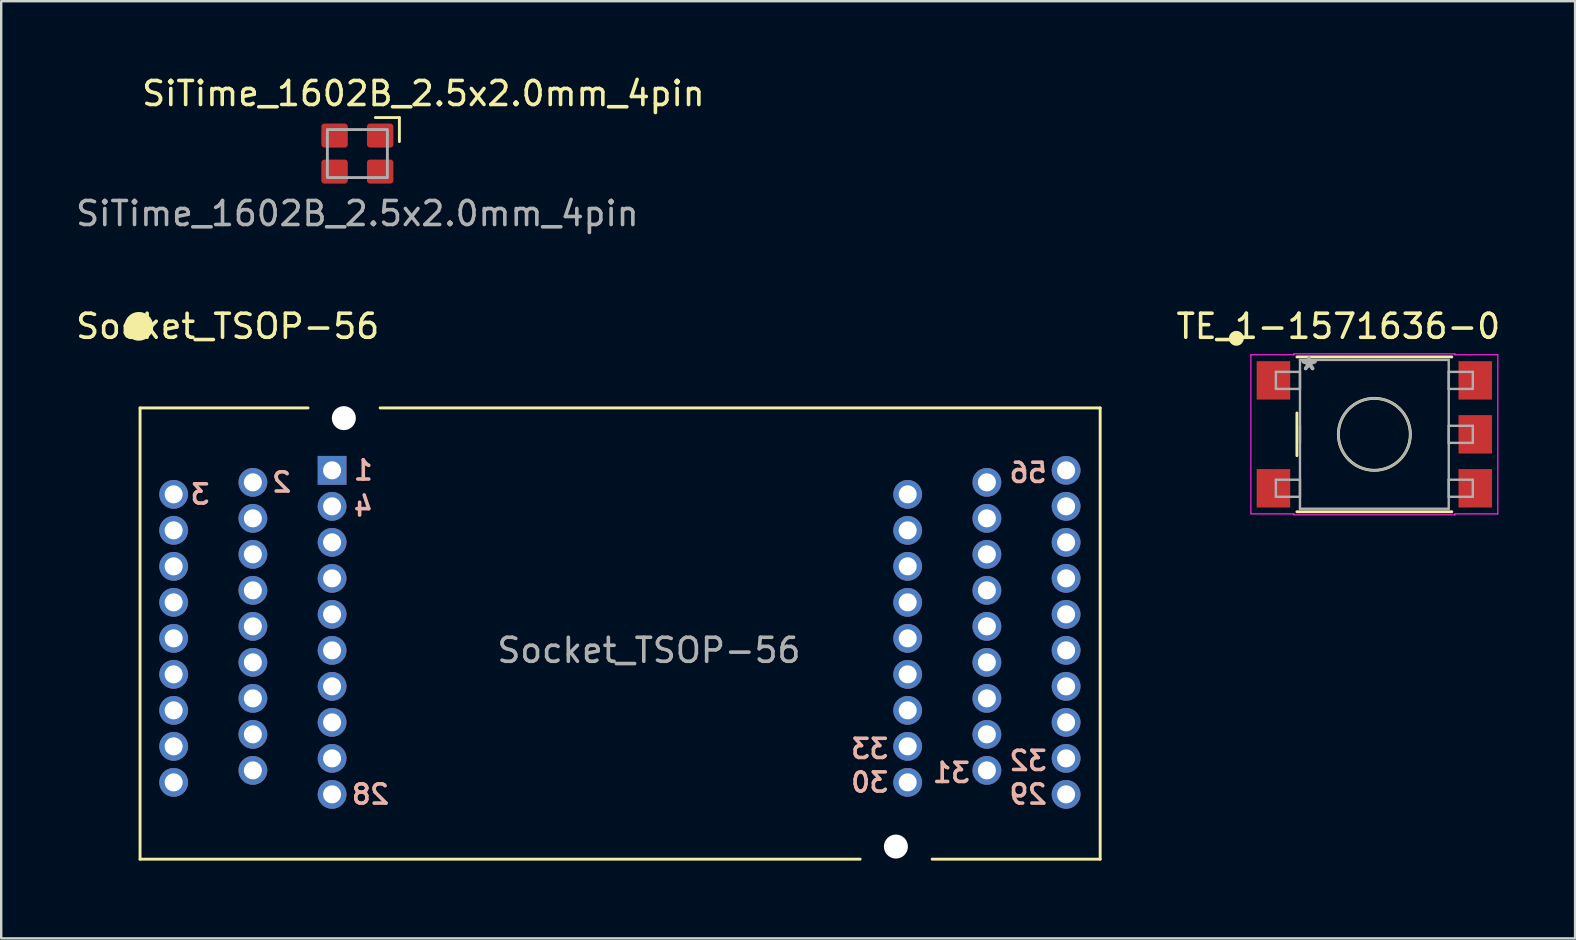
<source format=kicad_pcb>
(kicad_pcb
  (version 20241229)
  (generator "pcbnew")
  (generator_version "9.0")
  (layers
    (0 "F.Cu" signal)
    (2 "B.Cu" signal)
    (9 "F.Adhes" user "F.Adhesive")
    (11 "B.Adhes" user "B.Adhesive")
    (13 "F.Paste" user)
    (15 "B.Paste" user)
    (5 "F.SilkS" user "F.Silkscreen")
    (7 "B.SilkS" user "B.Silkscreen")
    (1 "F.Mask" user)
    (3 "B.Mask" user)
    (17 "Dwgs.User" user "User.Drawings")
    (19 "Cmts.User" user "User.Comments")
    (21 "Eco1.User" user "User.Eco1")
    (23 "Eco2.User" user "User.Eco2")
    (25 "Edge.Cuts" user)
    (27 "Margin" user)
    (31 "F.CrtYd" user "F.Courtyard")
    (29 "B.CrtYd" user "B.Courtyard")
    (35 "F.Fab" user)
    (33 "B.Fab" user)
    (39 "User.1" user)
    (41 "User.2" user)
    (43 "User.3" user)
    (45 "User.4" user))
  (footprint "SiTime_1602B_2.5x2.0mm_4pin"
    (layer "F.Cu")
    (at 11.839 3.348)
    (property "Reference" "SiTime_1602B_2.5x2.0mm_4pin" (at 2.75 -2.5 0) (unlocked yes) (layer "F.SilkS") (effects (font (size 1 1) (thickness 0.15))))
    (attr smd)
    (fp_line (start 0.75 -1.5) (end 1.75 -1.5) (stroke (width 0.12) (type solid)) (layer "F.SilkS"))
    (fp_line (start 1.75 -1.5) (end 1.75 -0.5) (stroke (width 0.12) (type solid)) (layer "F.SilkS"))
    (fp_rect (start -1.25 1) (end 1.25 -1) (stroke (width 0.12) (type solid)) (fill no) (layer "F.Fab"))
    (fp_text user "${REFERENCE}" (at 0 2.5 0) (unlocked yes) (layer "F.Fab") (effects (font (size 1 1) (thickness 0.15))))
    (pad "1" smd roundrect (at 0.95 -0.75) (size 1.1 1) (layers "F.Cu" "F.Mask" "F.Paste") (roundrect_rratio 0.125))
    (pad "2" smd roundrect (at -0.95 -0.75) (size 1.1 1) (layers "F.Cu" "F.Mask" "F.Paste") (roundrect_rratio 0.125))
    (pad "3" smd roundrect (at -0.95 0.75) (size 1.1 1) (layers "F.Cu" "F.Mask" "F.Paste") (roundrect_rratio 0.125))
    (pad "4" smd roundrect (at 0.95 0.75) (size 1.1 1) (layers "F.Cu" "F.Mask" "F.Paste") (roundrect_rratio 0.125)))
  (footprint "TE_1-1571636-0"
    (layer "F.Cu")
    (at 54.208 15.045)
    (property "Reference" "TE_1-1571636-0" (at -1.5 -4.5 0) (layer "F.SilkS") (effects (font (size 1 1) (thickness 0.15))))
    (attr smd)
    (fp_line (start -3.226 -0.889) (end -3.226 0.889) (stroke (width 0.12) (type solid)) (layer "F.SilkS"))
    (fp_line (start -3.226 3.226) (end 3.226 3.226) (stroke (width 0.12) (type solid)) (layer "F.SilkS"))
    (fp_line (start 3.226 -3.226) (end -3.226 -3.226) (stroke (width 0.12) (type solid)) (layer "F.SilkS"))
    (fp_circle (center -5.75 -4) (end -5.5 -4) (stroke (width 0.12) (type solid)) (fill yes) (layer "F.SilkS"))
    (fp_circle (center 0 0) (end 1.499 0) (stroke (width 0.12) (type solid)) (fill no) (layer "F.SilkS"))
    (fp_line (start -5.144 -3.315) (end -3.353 -3.315) (stroke (width 0.05) (type solid)) (layer "F.CrtYd"))
    (fp_line (start -5.144 3.315) (end -5.144 -3.315) (stroke (width 0.05) (type solid)) (layer "F.CrtYd"))
    (fp_line (start -3.353 -3.353) (end 3.353 -3.353) (stroke (width 0.05) (type solid)) (layer "F.CrtYd"))
    (fp_line (start -3.353 -3.315) (end -3.353 -3.353) (stroke (width 0.05) (type solid)) (layer "F.CrtYd"))
    (fp_line (start -3.353 3.315) (end -5.144 3.315) (stroke (width 0.05) (type solid)) (layer "F.CrtYd"))
    (fp_line (start -3.353 3.353) (end -3.353 3.315) (stroke (width 0.05) (type solid)) (layer "F.CrtYd"))
    (fp_line (start 3.353 -3.353) (end 3.353 -3.315) (stroke (width 0.05) (type solid)) (layer "F.CrtYd"))
    (fp_line (start 3.353 -3.315) (end 5.144 -3.315) (stroke (width 0.05) (type solid)) (layer "F.CrtYd"))
    (fp_line (start 3.353 3.315) (end 3.353 3.353) (stroke (width 0.05) (type solid)) (layer "F.CrtYd"))
    (fp_line (start 3.353 3.353) (end -3.353 3.353) (stroke (width 0.05) (type solid)) (layer "F.CrtYd"))
    (fp_line (start 5.144 -3.315) (end 5.144 3.315) (stroke (width 0.05) (type solid)) (layer "F.CrtYd"))
    (fp_line (start 5.144 3.315) (end 3.353 3.315) (stroke (width 0.05) (type solid)) (layer "F.CrtYd"))
    (fp_line (start -4.102 -2.603) (end -4.102 -1.892) (stroke (width 0.1) (type solid)) (layer "F.Fab"))
    (fp_line (start -4.102 -1.892) (end -3.099 -1.892) (stroke (width 0.1) (type solid)) (layer "F.Fab"))
    (fp_line (start -4.102 1.892) (end -4.102 2.603) (stroke (width 0.1) (type solid)) (layer "F.Fab"))
    (fp_line (start -4.102 2.603) (end -3.099 2.603) (stroke (width 0.1) (type solid)) (layer "F.Fab"))
    (fp_line (start -3.099 -3.099) (end -3.099 3.099) (stroke (width 0.1) (type solid)) (layer "F.Fab"))
    (fp_line (start -3.099 -2.603) (end -4.102 -2.603) (stroke (width 0.1) (type solid)) (layer "F.Fab"))
    (fp_line (start -3.099 -1.892) (end -3.099 -2.603) (stroke (width 0.1) (type solid)) (layer "F.Fab"))
    (fp_line (start -3.099 0.356) (end -3.099 -0.356) (stroke (width 0.1) (type solid)) (layer "F.Fab"))
    (fp_line (start -3.099 1.892) (end -4.102 1.892) (stroke (width 0.1) (type solid)) (layer "F.Fab"))
    (fp_line (start -3.099 2.603) (end -3.099 1.892) (stroke (width 0.1) (type solid)) (layer "F.Fab"))
    (fp_line (start -3.099 3.099) (end 3.099 3.099) (stroke (width 0.1) (type solid)) (layer "F.Fab"))
    (fp_line (start 3.099 -3.099) (end -3.099 -3.099) (stroke (width 0.1) (type solid)) (layer "F.Fab"))
    (fp_line (start 3.099 -2.603) (end 3.099 -1.892) (stroke (width 0.1) (type solid)) (layer "F.Fab"))
    (fp_line (start 3.099 -1.892) (end 4.102 -1.892) (stroke (width 0.1) (type solid)) (layer "F.Fab"))
    (fp_line (start 3.099 -0.356) (end 3.099 0.356) (stroke (width 0.1) (type solid)) (layer "F.Fab"))
    (fp_line (start 3.099 0.356) (end 4.102 0.356) (stroke (width 0.1) (type solid)) (layer "F.Fab"))
    (fp_line (start 3.099 1.892) (end 3.099 2.603) (stroke (width 0.1) (type solid)) (layer "F.Fab"))
    (fp_line (start 3.099 2.603) (end 4.102 2.603) (stroke (width 0.1) (type solid)) (layer "F.Fab"))
    (fp_line (start 3.099 3.099) (end 3.099 -3.099) (stroke (width 0.1) (type solid)) (layer "F.Fab"))
    (fp_line (start 4.102 -2.603) (end 3.099 -2.603) (stroke (width 0.1) (type solid)) (layer "F.Fab"))
    (fp_line (start 4.102 -1.892) (end 4.102 -2.603) (stroke (width 0.1) (type solid)) (layer "F.Fab"))
    (fp_line (start 4.102 -0.356) (end 3.099 -0.356) (stroke (width 0.1) (type solid)) (layer "F.Fab"))
    (fp_line (start 4.102 0.356) (end 4.102 -0.356) (stroke (width 0.1) (type solid)) (layer "F.Fab"))
    (fp_line (start 4.102 1.892) (end 3.099 1.892) (stroke (width 0.1) (type solid)) (layer "F.Fab"))
    (fp_line (start 4.102 2.603) (end 4.102 1.892) (stroke (width 0.1) (type solid)) (layer "F.Fab"))
    (fp_circle (center 0 0) (end 1.499 0) (stroke (width 0.1) (type solid)) (fill no) (layer "F.Fab"))
    (fp_text user "*" (at -2.718 -2.629 0) (layer "F.Fab") (effects (font (size 1 1) (thickness 0.15))))
    (fp_text user "*" (at -2.718 -2.629 0) (layer "F.Fab") (effects (font (size 1 1) (thickness 0.15))))
    (pad "1" smd rect (at -4.204 -2.248) (size 1.397 1.6) (layers "F.Cu" "F.Mask" "F.Paste"))
    (pad "1" smd rect (at -4.204 2.248) (size 1.397 1.6) (layers "F.Cu" "F.Mask" "F.Paste"))
    (pad "2" smd rect (at 4.204 -2.248) (size 1.397 1.6) (layers "F.Cu" "F.Mask" "F.Paste"))
    (pad "2" smd rect (at 4.204 2.248) (size 1.397 1.6) (layers "F.Cu" "F.Mask" "F.Paste"))
    (pad "3" smd rect (at 4.204 0) (size 1.397 1.6) (layers "F.Cu" "F.Mask" "F.Paste")))
  (footprint "Socket_TSOP-56"
    (layer "F.Cu")
    (at 4.185 17.545)
    (property "Reference" "Socket_TSOP-56" (at 2.25 -7 0) (unlocked yes) (layer "F.SilkS") (effects (font (size 1 1) (thickness 0.15))))
    (attr through_hole)
    (fp_line (start -1.4 -3.6) (end -1.4 15.2) (stroke (width 0.12) (type solid)) (layer "F.SilkS"))
    (fp_line (start -1.4 -3.6) (end 5.6 -3.6) (stroke (width 0.12) (type solid)) (layer "F.SilkS"))
    (fp_line (start -1.4 15.2) (end 28.6 15.2) (stroke (width 0.12) (type solid)) (layer "F.SilkS"))
    (fp_line (start 8.6 -3.6) (end 38.6 -3.6) (stroke (width 0.12) (type solid)) (layer "F.SilkS"))
    (fp_line (start 38.6 -3.6) (end 38.6 15.2) (stroke (width 0.12) (type solid)) (layer "F.SilkS"))
    (fp_line (start 38.6 15.2) (end 31.6 15.2) (stroke (width 0.12) (type solid)) (layer "F.SilkS"))
    (fp_circle (center -1.45 -7) (end -0.911 -7) (stroke (width 0.12) (type solid)) (fill yes) (layer "F.SilkS"))
    (fp_text user "32" (at 35.6 11.1 0) (unlocked yes) (layer "B.SilkS") (effects (font (size 0.8 0.8) (thickness 0.15)) (justify mirror)))
    (fp_text user "33" (at 29 10.6 0) (unlocked yes) (layer "B.SilkS") (effects (font (size 0.8 0.8) (thickness 0.15)) (justify mirror)))
    (fp_text user "56" (at 35.6 -0.9 0) (unlocked yes) (layer "B.SilkS") (effects (font (size 0.8 0.8) (thickness 0.15)) (justify mirror)))
    (fp_text user "1" (at 7.9 -1 0) (unlocked yes) (layer "B.SilkS") (effects (font (size 0.8 0.8) (thickness 0.15)) (justify mirror)))
    (fp_text user "3" (at 1.1 0 0) (unlocked yes) (layer "B.SilkS") (effects (font (size 0.8 0.8) (thickness 0.15)) (justify mirror)))
    (fp_text user "31" (at 32.4 11.6 0) (unlocked yes) (layer "B.SilkS") (effects (font (size 0.8 0.8) (thickness 0.15)) (justify mirror)))
    (fp_text user "29" (at 35.6 12.5 0) (unlocked yes) (layer "B.SilkS") (effects (font (size 0.8 0.8) (thickness 0.15)) (justify mirror)))
    (fp_text user "30" (at 29 12 0) (unlocked yes) (layer "B.SilkS") (effects (font (size 0.8 0.8) (thickness 0.15)) (justify mirror)))
    (fp_text user "2" (at 4.5 -0.5 0) (unlocked yes) (layer "B.SilkS") (effects (font (size 0.8 0.8) (thickness 0.15)) (justify mirror)))
    (fp_text user "28" (at 8.2 12.5 0) (unlocked yes) (layer "B.SilkS") (effects (font (size 0.8 0.8) (thickness 0.15)) (justify mirror)))
    (fp_text user "4" (at 7.9 0.5 0) (unlocked yes) (layer "B.SilkS") (effects (font (size 0.8 0.8) (thickness 0.15)) (justify mirror)))
    (fp_text user "${REFERENCE}" (at 19.8 6.5 0) (unlocked yes) (layer "F.Fab") (effects (font (size 1 1) (thickness 0.15))))
    (pad "" np_thru_hole circle (at 7.09 -3.175) (size 1 1) (drill 1.65) (layers "*.Cu" "*.Mask"))
    (pad "" np_thru_hole circle (at 30.09 14.675) (size 1 1) (drill 1.65) (layers "*.Cu" "*.Mask"))
    (pad "1" thru_hole rect (at 6.6 -1) (size 1.2 1.2) (drill 0.75) (layers "*.Cu" "*.Mask"))
    (pad "2" thru_hole circle (at 3.3 -0.5) (size 1.2 1.2) (drill 0.75) (layers "*.Cu" "*.Mask"))
    (pad "3" thru_hole circle (at 0 0) (size 1.2 1.2) (drill 0.75) (layers "*.Cu" "*.Mask"))
    (pad "4" thru_hole circle (at 6.6 0.5) (size 1.2 1.2) (drill 0.75) (layers "*.Cu" "*.Mask"))
    (pad "5" thru_hole circle (at 3.3 1) (size 1.2 1.2) (drill 0.75) (layers "*.Cu" "*.Mask"))
    (pad "6" thru_hole circle (at 0 1.5) (size 1.2 1.2) (drill 0.75) (layers "*.Cu" "*.Mask"))
    (pad "7" thru_hole circle (at 6.6 2) (size 1.2 1.2) (drill 0.75) (layers "*.Cu" "*.Mask"))
    (pad "8" thru_hole circle (at 3.3 2.5) (size 1.2 1.2) (drill 0.75) (layers "*.Cu" "*.Mask"))
    (pad "9" thru_hole circle (at 0 3) (size 1.2 1.2) (drill 0.75) (layers "*.Cu" "*.Mask"))
    (pad "10" thru_hole circle (at 6.6 3.5) (size 1.2 1.2) (drill 0.75) (layers "*.Cu" "*.Mask"))
    (pad "11" thru_hole circle (at 3.3 4) (size 1.2 1.2) (drill 0.75) (layers "*.Cu" "*.Mask"))
    (pad "12" thru_hole circle (at 0 4.5) (size 1.2 1.2) (drill 0.75) (layers "*.Cu" "*.Mask"))
    (pad "13" thru_hole circle (at 6.6 5) (size 1.2 1.2) (drill 0.75) (layers "*.Cu" "*.Mask"))
    (pad "14" thru_hole circle (at 3.3 5.5) (size 1.2 1.2) (drill 0.75) (layers "*.Cu" "*.Mask"))
    (pad "15" thru_hole circle (at 0 6) (size 1.2 1.2) (drill 0.75) (layers "*.Cu" "*.Mask"))
    (pad "16" thru_hole circle (at 6.6 6.5) (size 1.2 1.2) (drill 0.75) (layers "*.Cu" "*.Mask"))
    (pad "17" thru_hole circle (at 3.3 7) (size 1.2 1.2) (drill 0.75) (layers "*.Cu" "*.Mask"))
    (pad "18" thru_hole circle (at 0 7.5) (size 1.2 1.2) (drill 0.75) (layers "*.Cu" "*.Mask"))
    (pad "19" thru_hole circle (at 6.6 8) (size 1.2 1.2) (drill 0.75) (layers "*.Cu" "*.Mask"))
    (pad "20" thru_hole circle (at 3.3 8.5) (size 1.2 1.2) (drill 0.75) (layers "*.Cu" "*.Mask"))
    (pad "21" thru_hole circle (at 0 9) (size 1.2 1.2) (drill 0.75) (layers "*.Cu" "*.Mask"))
    (pad "22" thru_hole circle (at 6.6 9.5) (size 1.2 1.2) (drill 0.75) (layers "*.Cu" "*.Mask"))
    (pad "23" thru_hole circle (at 3.3 10) (size 1.2 1.2) (drill 0.75) (layers "*.Cu" "*.Mask"))
    (pad "24" thru_hole circle (at 0 10.5) (size 1.2 1.2) (drill 0.75) (layers "*.Cu" "*.Mask"))
    (pad "25" thru_hole circle (at 6.6 11) (size 1.2 1.2) (drill 0.75) (layers "*.Cu" "*.Mask"))
    (pad "26" thru_hole circle (at 3.3 11.5) (size 1.2 1.2) (drill 0.75) (layers "*.Cu" "*.Mask"))
    (pad "27" thru_hole circle (at 0 12) (size 1.2 1.2) (drill 0.75) (layers "*.Cu" "*.Mask"))
    (pad "28" thru_hole circle (at 6.6 12.5) (size 1.2 1.2) (drill 0.75) (layers "*.Cu" "*.Mask"))
    (pad "29" thru_hole circle (at 37.18 12.5) (size 1.2 1.2) (drill 0.75) (layers "*.Cu" "*.Mask"))
    (pad "30" thru_hole circle (at 30.58 12) (size 1.2 1.2) (drill 0.75) (layers "*.Cu" "*.Mask"))
    (pad "31" thru_hole circle (at 33.88 11.5) (size 1.2 1.2) (drill 0.75) (layers "*.Cu" "*.Mask"))
    (pad "32" thru_hole circle (at 37.18 11) (size 1.2 1.2) (drill 0.75) (layers "*.Cu" "*.Mask"))
    (pad "33" thru_hole circle (at 30.58 10.5) (size 1.2 1.2) (drill 0.75) (layers "*.Cu" "*.Mask"))
    (pad "34" thru_hole circle (at 33.88 10) (size 1.2 1.2) (drill 0.75) (layers "*.Cu" "*.Mask"))
    (pad "35" thru_hole circle (at 37.18 9.5) (size 1.2 1.2) (drill 0.75) (layers "*.Cu" "*.Mask"))
    (pad "36" thru_hole circle (at 30.58 9) (size 1.2 1.2) (drill 0.75) (layers "*.Cu" "*.Mask"))
    (pad "37" thru_hole circle (at 33.88 8.5) (size 1.2 1.2) (drill 0.75) (layers "*.Cu" "*.Mask"))
    (pad "38" thru_hole circle (at 37.18 8) (size 1.2 1.2) (drill 0.75) (layers "*.Cu" "*.Mask"))
    (pad "39" thru_hole circle (at 30.58 7.5) (size 1.2 1.2) (drill 0.75) (layers "*.Cu" "*.Mask"))
    (pad "40" thru_hole circle (at 33.88 7) (size 1.2 1.2) (drill 0.75) (layers "*.Cu" "*.Mask"))
    (pad "41" thru_hole circle (at 37.18 6.5) (size 1.2 1.2) (drill 0.75) (layers "*.Cu" "*.Mask"))
    (pad "42" thru_hole circle (at 30.58 6) (size 1.2 1.2) (drill 0.75) (layers "*.Cu" "*.Mask"))
    (pad "43" thru_hole circle (at 33.88 5.5) (size 1.2 1.2) (drill 0.75) (layers "*.Cu" "*.Mask"))
    (pad "44" thru_hole circle (at 37.18 5) (size 1.2 1.2) (drill 0.75) (layers "*.Cu" "*.Mask"))
    (pad "45" thru_hole circle (at 30.58 4.5) (size 1.2 1.2) (drill 0.75) (layers "*.Cu" "*.Mask"))
    (pad "46" thru_hole circle (at 33.88 4) (size 1.2 1.2) (drill 0.75) (layers "*.Cu" "*.Mask"))
    (pad "47" thru_hole circle (at 37.18 3.5) (size 1.2 1.2) (drill 0.75) (layers "*.Cu" "*.Mask"))
    (pad "48" thru_hole circle (at 30.58 3) (size 1.2 1.2) (drill 0.75) (layers "*.Cu" "*.Mask"))
    (pad "49" thru_hole circle (at 33.88 2.5) (size 1.2 1.2) (drill 0.75) (layers "*.Cu" "*.Mask"))
    (pad "50" thru_hole circle (at 37.18 2) (size 1.2 1.2) (drill 0.75) (layers "*.Cu" "*.Mask"))
    (pad "51" thru_hole circle (at 30.58 1.5) (size 1.2 1.2) (drill 0.75) (layers "*.Cu" "*.Mask"))
    (pad "52" thru_hole circle (at 33.88 1) (size 1.2 1.2) (drill 0.75) (layers "*.Cu" "*.Mask"))
    (pad "53" thru_hole circle (at 37.18 0.5) (size 1.2 1.2) (drill 0.75) (layers "*.Cu" "*.Mask"))
    (pad "54" thru_hole circle (at 30.58 0) (size 1.2 1.2) (drill 0.75) (layers "*.Cu" "*.Mask"))
    (pad "55" thru_hole circle (at 33.88 -0.5) (size 1.2 1.2) (drill 0.75) (layers "*.Cu" "*.Mask"))
    (pad "56" thru_hole circle (at 37.18 -1) (size 1.2 1.2) (drill 0.75) (layers "*.Cu" "*.Mask")))
  (gr_rect
    (start -3 -3)
    (end 62.571 36.045)
    (stroke (width 0.1) (type default))
    (fill no)
    (layer "Edge.Cuts")))
</source>
